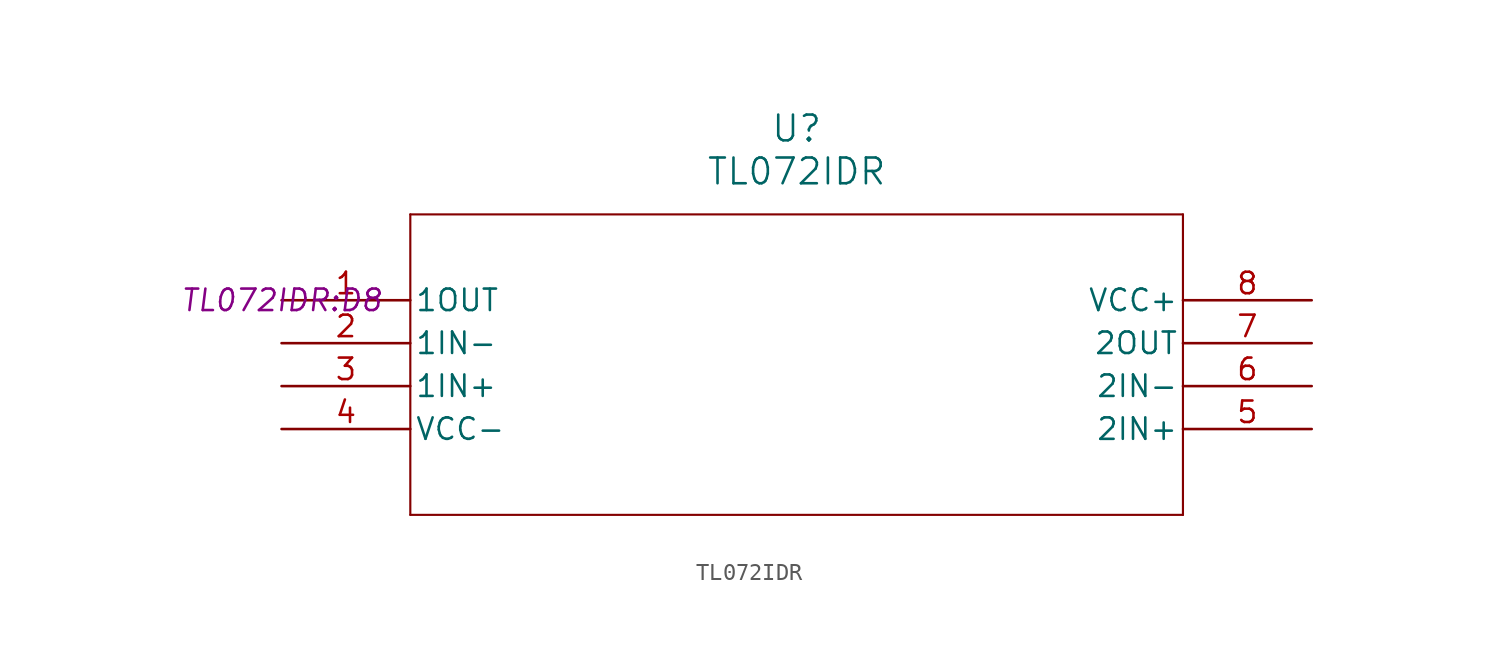
<source format=kicad_sym>
(kicad_symbol_lib
  (version 20220914)
  (generator kicad_symbol_editor)
  (symbol "TL072IDR"
    (pin_names
      (offset 0.254))
    (property "Reference" "U"
      (at 30.48 10.16 0)
      (effects (font (size 1.524 1.524))))
    (property "Value" "TL072IDR"
      (at 30.48 7.62 0)
      (effects (font (size 1.524 1.524))))
    (property "Footprint" "TL072IDR:D8"
      (at 0 0 0)
      (effects (font (size 1.27 1.27) italic)))
    (symbol "TL072IDR_0_1"
      (polyline (pts (xy 7.62 -12.7) (xy 53.34 -12.7)) (stroke (width 0.127) (type default)) (fill (type none)))
      (polyline (pts (xy 7.62 5.08) (xy 7.62 -12.7)) (stroke (width 0.127) (type default)) (fill (type none)))
      (polyline (pts (xy 53.34 -12.7) (xy 53.34 5.08)) (stroke (width 0.127) (type default)) (fill (type none)))
      (polyline (pts (xy 53.34 5.08) (xy 7.62 5.08)) (stroke (width 0.127) (type default)) (fill (type none)))
      (pin output line (at 0 0 0) (length 7.62) (name "1OUT" (effects (font (size 1.27 1.27)))) (number "1" (effects (font (size 1.27 1.27)))))
      (pin input line (at 0 -2.54 0) (length 7.62) (name "1IN-" (effects (font (size 1.27 1.27)))) (number "2" (effects (font (size 1.27 1.27)))))
      (pin input line (at 0 -5.08 0) (length 7.62) (name "1IN+" (effects (font (size 1.27 1.27)))) (number "3" (effects (font (size 1.27 1.27)))))
      (pin power_in line (at 0 -7.62 0) (length 7.62) (name "VCC-" (effects (font (size 1.27 1.27)))) (number "4" (effects (font (size 1.27 1.27)))))
      (pin input line (at 60.96 -7.62 180) (length 7.62) (name "2IN+" (effects (font (size 1.27 1.27)))) (number "5" (effects (font (size 1.27 1.27)))))
      (pin input line (at 60.96 -5.08 180) (length 7.62) (name "2IN-" (effects (font (size 1.27 1.27)))) (number "6" (effects (font (size 1.27 1.27)))))
      (pin output line (at 60.96 -2.54 180) (length 7.62) (name "2OUT" (effects (font (size 1.27 1.27)))) (number "7" (effects (font (size 1.27 1.27)))))
      (pin power_in line (at 60.96 0 180) (length 7.62) (name "VCC+" (effects (font (size 1.27 1.27)))) (number "8" (effects (font (size 1.27 1.27))))))))
</source>
